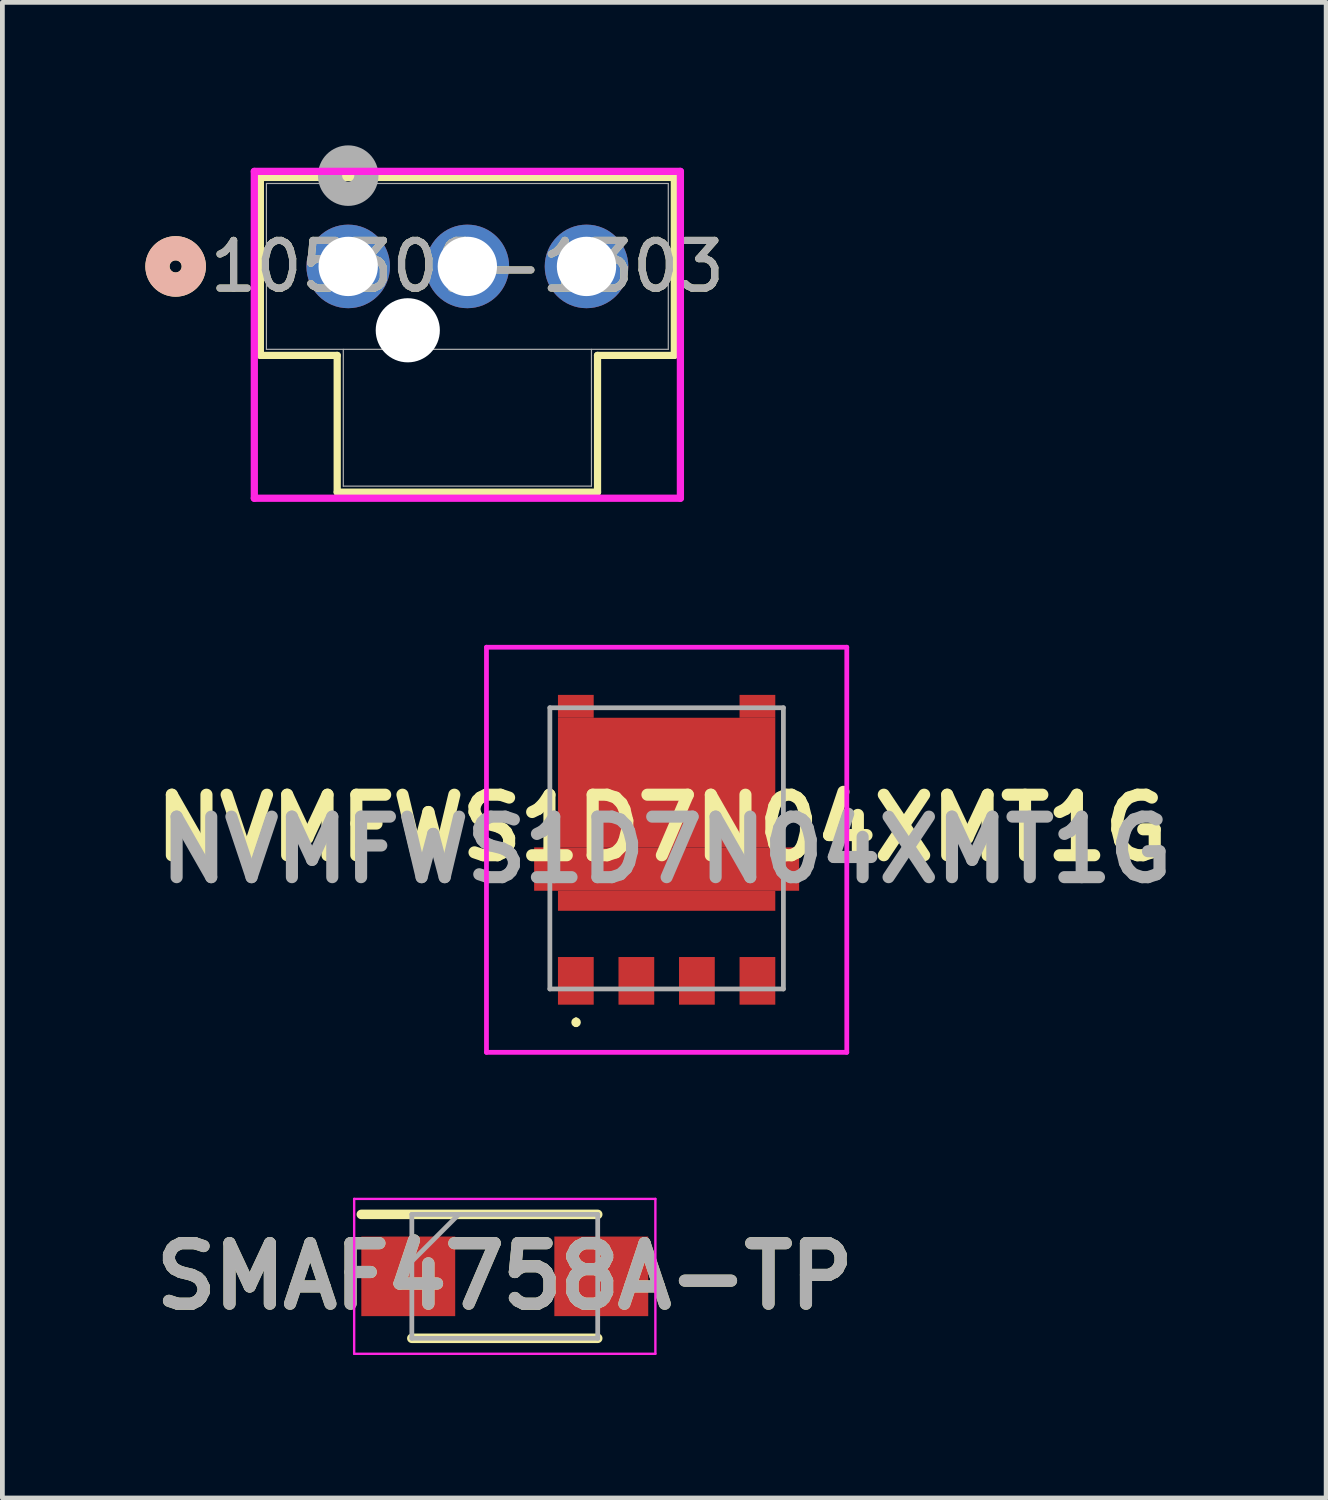
<source format=kicad_pcb>
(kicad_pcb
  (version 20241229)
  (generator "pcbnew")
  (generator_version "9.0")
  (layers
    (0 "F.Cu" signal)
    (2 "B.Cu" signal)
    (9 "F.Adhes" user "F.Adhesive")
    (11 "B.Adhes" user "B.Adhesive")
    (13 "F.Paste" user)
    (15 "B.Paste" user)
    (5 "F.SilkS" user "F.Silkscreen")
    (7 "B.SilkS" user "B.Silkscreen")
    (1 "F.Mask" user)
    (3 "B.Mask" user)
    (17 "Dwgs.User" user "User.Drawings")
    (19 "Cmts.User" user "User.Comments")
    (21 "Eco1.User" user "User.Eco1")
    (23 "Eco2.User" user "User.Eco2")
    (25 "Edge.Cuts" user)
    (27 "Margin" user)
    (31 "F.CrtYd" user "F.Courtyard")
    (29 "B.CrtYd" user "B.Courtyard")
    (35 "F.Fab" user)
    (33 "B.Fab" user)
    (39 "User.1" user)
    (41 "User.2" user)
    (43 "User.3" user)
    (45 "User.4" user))
  (footprint "SMAF4758A-TP"
    (layer "F.Cu")
    (at 7.541 23.73)
    (property "Reference" "SMAF4758A-TP" (at 0 0 0) (layer "F.SilkS") (effects (font (size 1.27 1.27) (thickness 0.254))))
    (attr smd)
    (fp_line (start -3.01 -1.3) (end 1.95 -1.3) (stroke (width 0.2) (type solid)) (layer "F.SilkS"))
    (fp_line (start -1.95 1.3) (end 1.95 1.3) (stroke (width 0.2) (type solid)) (layer "F.SilkS"))
    (fp_line (start -3.16 -1.625) (end 3.16 -1.625) (stroke (width 0.05) (type solid)) (layer "F.CrtYd"))
    (fp_line (start -3.16 1.625) (end -3.16 -1.625) (stroke (width 0.05) (type solid)) (layer "F.CrtYd"))
    (fp_line (start 3.16 -1.625) (end 3.16 1.625) (stroke (width 0.05) (type solid)) (layer "F.CrtYd"))
    (fp_line (start 3.16 1.625) (end -3.16 1.625) (stroke (width 0.05) (type solid)) (layer "F.CrtYd"))
    (fp_line (start -1.95 -1.3) (end 1.95 -1.3) (stroke (width 0.1) (type solid)) (layer "F.Fab"))
    (fp_line (start -1.95 -0.315) (end -0.965 -1.3) (stroke (width 0.1) (type solid)) (layer "F.Fab"))
    (fp_line (start -1.95 1.3) (end -1.95 -1.3) (stroke (width 0.1) (type solid)) (layer "F.Fab"))
    (fp_line (start 1.95 -1.3) (end 1.95 1.3) (stroke (width 0.1) (type solid)) (layer "F.Fab"))
    (fp_line (start 1.95 1.3) (end -1.95 1.3) (stroke (width 0.1) (type solid)) (layer "F.Fab"))
    (fp_text user "${REFERENCE}" (at 0 0 0) (layer "F.Fab") (effects (font (size 1.27 1.27) (thickness 0.254))))
    (pad "1" smd rect (at -2.025 0 90) (size 1.67 1.97) (layers "F.Cu" "F.Mask" "F.Paste"))
    (pad "2" smd rect (at 2.025 0 90) (size 1.67 1.97) (layers "F.Cu" "F.Mask" "F.Paste")))
  (footprint "NVMFWS1D7N04XMT1G"
    (layer "F.Cu")
    (at 10.937 14.78)
    (property "Reference" "NVMFWS1D7N04XMT1G" (at -0.1 -0.46 0) (layer "F.SilkS") (effects (font (size 1.27 1.27) (thickness 0.254))))
    (attr smd)
    (fp_line (start -1.9 3.57) (end -1.9 3.57) (stroke (width 0.1) (type solid)) (layer "F.SilkS"))
    (fp_line (start -1.9 3.67) (end -1.9 3.67) (stroke (width 0.1) (type solid)) (layer "F.SilkS"))
    (fp_arc (start -1.9 3.57) (mid -1.85 3.62) (end -1.9 3.67) (stroke (width 0.1) (type solid)) (layer "F.SilkS"))
    (fp_arc (start -1.9 3.67) (mid -1.95 3.62) (end -1.9 3.57) (stroke (width 0.1) (type solid)) (layer "F.SilkS"))
    (fp_line (start -3.78 -4.25) (end 3.78 -4.25) (stroke (width 0.1) (type solid)) (layer "F.CrtYd"))
    (fp_line (start -3.78 4.25) (end -3.78 -4.25) (stroke (width 0.1) (type solid)) (layer "F.CrtYd"))
    (fp_line (start 3.78 -4.25) (end 3.78 4.25) (stroke (width 0.1) (type solid)) (layer "F.CrtYd"))
    (fp_line (start 3.78 4.25) (end -3.78 4.25) (stroke (width 0.1) (type solid)) (layer "F.CrtYd"))
    (fp_line (start -2.45 -2.98) (end 2.45 -2.98) (stroke (width 0.1) (type solid)) (layer "F.Fab"))
    (fp_line (start -2.45 2.92) (end -2.45 -2.98) (stroke (width 0.1) (type solid)) (layer "F.Fab"))
    (fp_line (start 2.45 -2.98) (end 2.45 2.92) (stroke (width 0.1) (type solid)) (layer "F.Fab"))
    (fp_line (start 2.45 2.92) (end -2.45 2.92) (stroke (width 0.1) (type solid)) (layer "F.Fab"))
    (fp_text user "${REFERENCE}" (at 0 0 0) (layer "F.Fab") (effects (font (size 1.27 1.27) (thickness 0.254))))
    (pad "1" smd rect (at -1.905 2.75) (size 0.75 1) (layers "F.Cu" "F.Mask" "F.Paste"))
    (pad "2" smd rect (at -0.635 2.75) (size 0.75 1) (layers "F.Cu" "F.Mask" "F.Paste"))
    (pad "3" smd rect (at 0.635 2.75) (size 0.75 1) (layers "F.Cu" "F.Mask" "F.Paste"))
    (pad "4" smd rect (at 1.905 2.75) (size 0.75 1) (layers "F.Cu" "F.Mask" "F.Paste"))
    (pad "5" smd rect (at -1.905 -3.01 90) (size 0.48 0.75) (layers "F.Cu" "F.Mask" "F.Paste"))
    (pad "5" smd rect (at 0 -1.41 90) (size 2.72 4.56) (layers "F.Cu" "F.Mask" "F.Paste"))
    (pad "5" smd rect (at 0 0.405 90) (size 0.91 5.56) (layers "F.Cu" "F.Mask" "F.Paste"))
    (pad "5" smd rect (at 0 1.07 90) (size 0.42 4.56) (layers "F.Cu" "F.Mask" "F.Paste"))
    (pad "5" smd rect (at 1.905 -3.01 90) (size 0.48 0.75) (layers "F.Cu" "F.Mask" "F.Paste")))
  (footprint "105309-1303"
    (layer "F.Cu")
    (at 4.256 2.54)
    (property "Reference" "105309-1303" (at 2.5 0 0) (unlocked yes) (layer "F.SilkS") (effects (font (size 1 1) (thickness 0.15))))
    (attr through_hole)
    (fp_line (start -1.843 -1.867) (end -1.843 1.867) (stroke (width 0.152) (type solid)) (layer "F.SilkS"))
    (fp_line (start -1.843 1.867) (end -0.231 1.867) (stroke (width 0.152) (type solid)) (layer "F.SilkS"))
    (fp_line (start -0.231 1.867) (end -0.231 4.737) (stroke (width 0.152) (type solid)) (layer "F.SilkS"))
    (fp_line (start -0.231 4.737) (end 5.231 4.737) (stroke (width 0.152) (type solid)) (layer "F.SilkS"))
    (fp_line (start 5.231 1.867) (end 6.843 1.867) (stroke (width 0.152) (type solid)) (layer "F.SilkS"))
    (fp_line (start 5.231 4.737) (end 5.231 1.867) (stroke (width 0.152) (type solid)) (layer "F.SilkS"))
    (fp_line (start 6.843 -1.867) (end -1.843 -1.867) (stroke (width 0.152) (type solid)) (layer "F.SilkS"))
    (fp_line (start 6.843 1.867) (end 6.843 -1.867) (stroke (width 0.152) (type solid)) (layer "F.SilkS"))
    (fp_circle (center -3.621 0) (end -3.24 0) (stroke (width 0.508) (type solid)) (fill no) (layer "F.SilkS"))
    (fp_circle (center -3.621 0) (end -3.24 0) (stroke (width 0.508) (type solid)) (fill no) (layer "B.SilkS"))
    (fp_line (start -1.97 -1.994) (end -1.97 4.864) (stroke (width 0.152) (type solid)) (layer "F.CrtYd"))
    (fp_line (start -1.97 4.864) (end 6.97 4.864) (stroke (width 0.152) (type solid)) (layer "F.CrtYd"))
    (fp_line (start 6.97 -1.994) (end -1.97 -1.994) (stroke (width 0.152) (type solid)) (layer "F.CrtYd"))
    (fp_line (start 6.97 4.864) (end 6.97 -1.994) (stroke (width 0.152) (type solid)) (layer "F.CrtYd"))
    (fp_line (start -1.716 -1.74) (end -1.716 1.74) (stroke (width 0.025) (type solid)) (layer "F.Fab"))
    (fp_line (start -1.716 1.74) (end 6.716 1.74) (stroke (width 0.025) (type solid)) (layer "F.Fab"))
    (fp_line (start -0.103 4.61) (end -0.103 1.74) (stroke (width 0.025) (type solid)) (layer "F.Fab"))
    (fp_line (start -0.103 4.61) (end 5.104 4.61) (stroke (width 0.025) (type solid)) (layer "F.Fab"))
    (fp_line (start 5.104 4.61) (end 5.104 1.74) (stroke (width 0.025) (type solid)) (layer "F.Fab"))
    (fp_line (start 6.716 -1.74) (end -1.716 -1.74) (stroke (width 0.025) (type solid)) (layer "F.Fab"))
    (fp_line (start 6.716 1.74) (end 6.716 -1.74) (stroke (width 0.025) (type solid)) (layer "F.Fab"))
    (fp_circle (center 0 -1.905) (end 0.381 -1.905) (stroke (width 0.508) (type solid)) (fill no) (layer "F.Fab"))
    (fp_text user "${REFERENCE}" (at 2.5 0 0) (unlocked yes) (layer "F.Fab") (effects (font (size 1 1) (thickness 0.15))))
    (pad "" np_thru_hole circle (at 1.25 1.34) (size 1.346 1.346) (drill 1.346) (layers "*.Cu" "*.Mask"))
    (pad "1" thru_hole circle (at 0 0) (size 1.753 1.753) (drill 1.245) (layers "*.Cu" "*.Mask"))
    (pad "2" thru_hole circle (at 2.5 0) (size 1.753 1.753) (drill 1.245) (layers "*.Cu" "*.Mask"))
    (pad "3" thru_hole circle (at 5 0) (size 1.753 1.753) (drill 1.245) (layers "*.Cu" "*.Mask")))
  (gr_rect
    (start -3 -3)
    (end 24.775 28.38)
    (stroke (width 0.1) (type default))
    (fill no)
    (layer "Edge.Cuts")))
</source>
